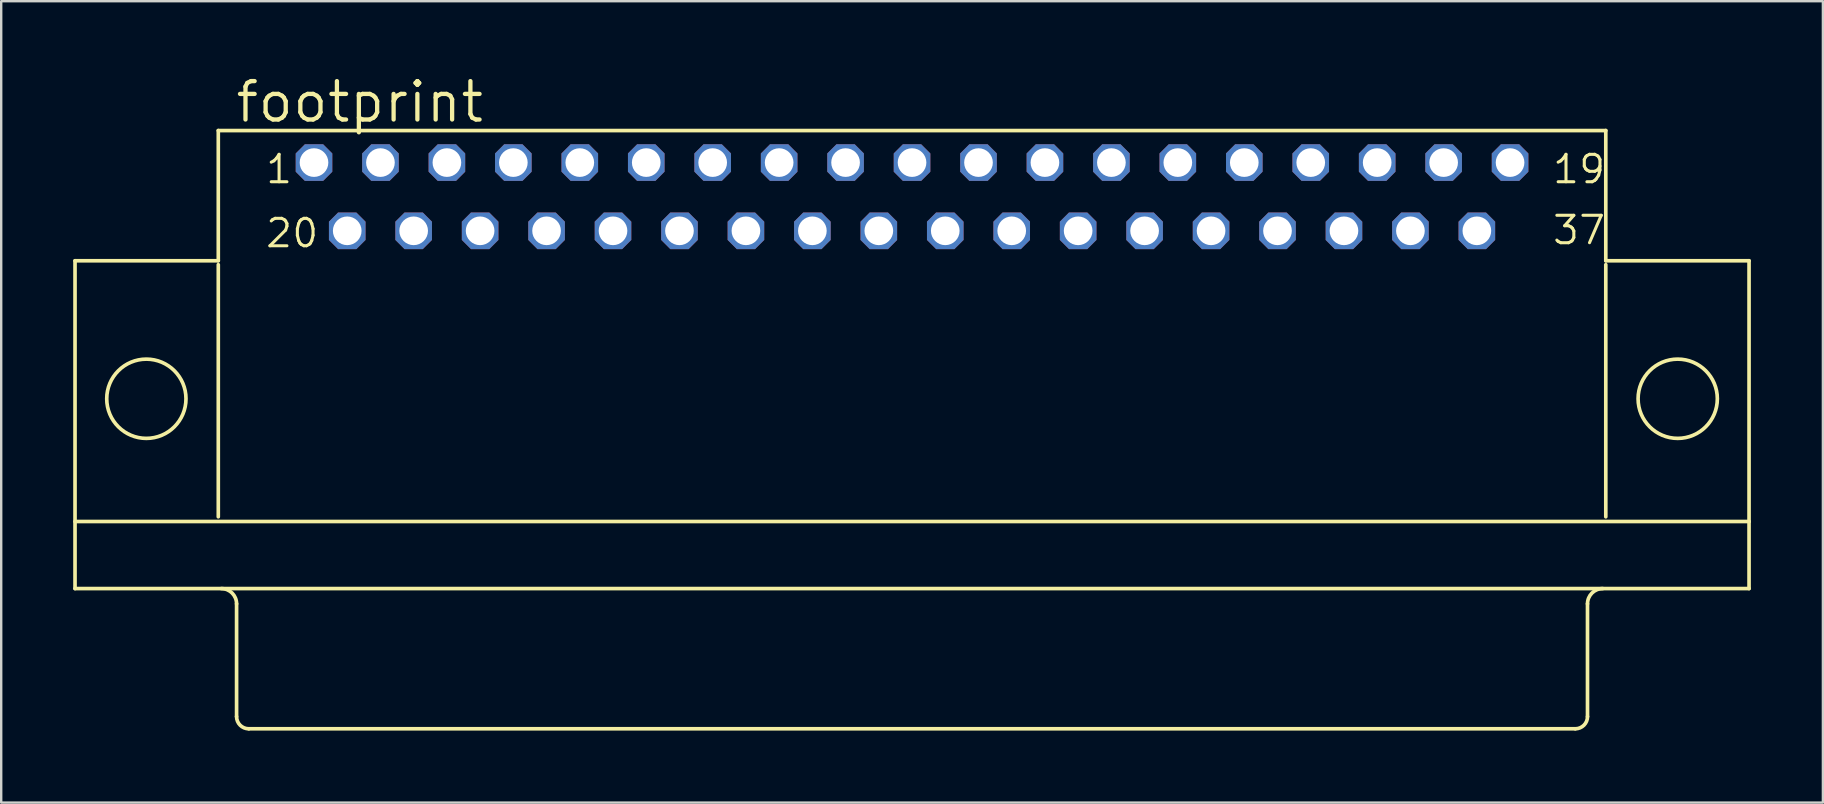
<source format=kicad_pcb>
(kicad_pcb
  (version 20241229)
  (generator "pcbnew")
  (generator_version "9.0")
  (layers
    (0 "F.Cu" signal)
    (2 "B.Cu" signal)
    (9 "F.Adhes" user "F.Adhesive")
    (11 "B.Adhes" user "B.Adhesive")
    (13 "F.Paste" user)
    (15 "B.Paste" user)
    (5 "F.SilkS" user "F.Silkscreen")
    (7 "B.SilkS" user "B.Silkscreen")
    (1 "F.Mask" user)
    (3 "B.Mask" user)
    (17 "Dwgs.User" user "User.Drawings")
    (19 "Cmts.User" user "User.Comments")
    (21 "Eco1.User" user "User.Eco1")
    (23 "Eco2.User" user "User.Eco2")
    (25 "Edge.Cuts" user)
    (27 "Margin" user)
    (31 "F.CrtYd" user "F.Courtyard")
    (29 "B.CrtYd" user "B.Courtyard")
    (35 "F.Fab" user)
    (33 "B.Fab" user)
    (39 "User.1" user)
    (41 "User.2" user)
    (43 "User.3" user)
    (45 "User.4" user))
  (footprint "footprint"
    (layer "F.Cu")
    (at 34.95 13.564)
    (property "Reference" "footprint" (at -28.27 -11.43 0) (layer "F.SilkS") (effects (font (size 1.6 1.6) (thickness 0.178)) (justify left bottom)))
    (fp_line (start -34.874 -5.75) (end -34.874 7.909) (stroke (width 0.152) (type solid)) (layer "F.SilkS"))
    (fp_line (start -28.905 -11.175) (end -28.905 -5.75) (stroke (width 0.152) (type solid)) (layer "F.SilkS"))
    (fp_line (start -28.905 -5.75) (end -34.874 -5.75) (stroke (width 0.152) (type solid)) (layer "F.SilkS"))
    (fp_line (start -28.905 -5.587) (end -28.905 4.918) (stroke (width 0.152) (type solid)) (layer "F.SilkS"))
    (fp_line (start -28.143 8.544) (end -28.143 13.243) (stroke (width 0.152) (type solid)) (layer "F.SilkS"))
    (fp_line (start 27.635 13.751) (end -27.635 13.751) (stroke (width 0.152) (type solid)) (layer "F.SilkS"))
    (fp_line (start 28.143 8.544) (end 28.143 13.243) (stroke (width 0.152) (type solid)) (layer "F.SilkS"))
    (fp_line (start 28.905 -11.175) (end -28.905 -11.175) (stroke (width 0.152) (type solid)) (layer "F.SilkS"))
    (fp_line (start 28.905 -5.75) (end 28.905 -11.175) (stroke (width 0.152) (type solid)) (layer "F.SilkS"))
    (fp_line (start 28.905 4.918) (end 28.905 -5.587) (stroke (width 0.152) (type solid)) (layer "F.SilkS"))
    (fp_line (start 34.874 -5.75) (end 28.905 -5.75) (stroke (width 0.152) (type solid)) (layer "F.SilkS"))
    (fp_line (start 34.874 -5.75) (end 34.874 5.115) (stroke (width 0.152) (type solid)) (layer "F.SilkS"))
    (fp_line (start 34.874 5.115) (end -34.874 5.115) (stroke (width 0.152) (type solid)) (layer "F.SilkS"))
    (fp_line (start 34.874 5.115) (end 34.874 7.909) (stroke (width 0.152) (type solid)) (layer "F.SilkS"))
    (fp_line (start 34.874 7.909) (end -34.874 7.909) (stroke (width 0.152) (type solid)) (layer "F.SilkS"))
    (fp_arc (start -28.7782 7.909) (mid -28.329187 8.094987) (end -28.1432 8.544) (stroke (width 0.1524) (type solid)) (layer "F.SilkS"))
    (fp_arc (start -27.6352 13.751) (mid -27.99441 13.60221) (end -28.1432 13.243) (stroke (width 0.1524) (type solid)) (layer "F.SilkS"))
    (fp_arc (start 28.1432 8.544) (mid 28.329187 8.094987) (end 28.7782 7.909) (stroke (width 0.1524) (type solid)) (layer "F.SilkS"))
    (fp_arc (start 28.1432 13.243) (mid 27.99441 13.60221) (end 27.6352 13.751) (stroke (width 0.1524) (type solid)) (layer "F.SilkS"))
    (fp_circle (center -31.902 0) (end -30.251 0) (stroke (width 0.152) (type solid)) (fill no) (layer "F.SilkS"))
    (fp_circle (center 31.902 0) (end 33.553 0) (stroke (width 0.152) (type solid)) (fill no) (layer "F.SilkS"))
    (fp_text user "20" (at -27 -6.228 0) (layer "F.SilkS") (effects (font (size 1.143 1.143) (thickness 0.127)) (justify left bottom)))
    (fp_text user "19" (at 26.619 -8.895 0) (layer "F.SilkS") (effects (font (size 1.143 1.143) (thickness 0.127)) (justify left bottom)))
    (fp_text user "1" (at -27 -8.895 0) (layer "F.SilkS") (effects (font (size 1.143 1.143) (thickness 0.127)) (justify left bottom)))
    (fp_text user "37" (at 26.619 -6.355 0) (layer "F.SilkS") (effects (font (size 1.143 1.143) (thickness 0.127)) (justify left bottom)))
    (pad "1" thru_hole roundrect (at -24.917 -9.84) (size 1.524 1.524) (drill 1.194) (layers "*.Cu" "*.Mask") (roundrect_rratio 0.25) (chamfer_ratio 0.25) (chamfer top_left top_right bottom_left bottom_right))
    (pad "2" thru_hole roundrect (at -22.149 -9.84) (size 1.524 1.524) (drill 1.194) (layers "*.Cu" "*.Mask") (roundrect_rratio 0.25) (chamfer_ratio 0.25) (chamfer top_left top_right bottom_left bottom_right))
    (pad "3" thru_hole roundrect (at -19.38 -9.84) (size 1.524 1.524) (drill 1.194) (layers "*.Cu" "*.Mask") (roundrect_rratio 0.25) (chamfer_ratio 0.25) (chamfer top_left top_right bottom_left bottom_right))
    (pad "4" thru_hole roundrect (at -16.612 -9.84) (size 1.524 1.524) (drill 1.194) (layers "*.Cu" "*.Mask") (roundrect_rratio 0.25) (chamfer_ratio 0.25) (chamfer top_left top_right bottom_left bottom_right))
    (pad "5" thru_hole roundrect (at -13.843 -9.84) (size 1.524 1.524) (drill 1.194) (layers "*.Cu" "*.Mask") (roundrect_rratio 0.25) (chamfer_ratio 0.25) (chamfer top_left top_right bottom_left bottom_right))
    (pad "6" thru_hole roundrect (at -11.074 -9.84) (size 1.524 1.524) (drill 1.194) (layers "*.Cu" "*.Mask") (roundrect_rratio 0.25) (chamfer_ratio 0.25) (chamfer top_left top_right bottom_left bottom_right))
    (pad "7" thru_hole roundrect (at -8.306 -9.84) (size 1.524 1.524) (drill 1.194) (layers "*.Cu" "*.Mask") (roundrect_rratio 0.25) (chamfer_ratio 0.25) (chamfer top_left top_right bottom_left bottom_right))
    (pad "8" thru_hole roundrect (at -5.537 -9.84) (size 1.524 1.524) (drill 1.194) (layers "*.Cu" "*.Mask") (roundrect_rratio 0.25) (chamfer_ratio 0.25) (chamfer top_left top_right bottom_left bottom_right))
    (pad "9" thru_hole roundrect (at -2.769 -9.84) (size 1.524 1.524) (drill 1.194) (layers "*.Cu" "*.Mask") (roundrect_rratio 0.25) (chamfer_ratio 0.25) (chamfer top_left top_right bottom_left bottom_right))
    (pad "10" thru_hole roundrect (at 0 -9.84) (size 1.524 1.524) (drill 1.194) (layers "*.Cu" "*.Mask") (roundrect_rratio 0.25) (chamfer_ratio 0.25) (chamfer top_left top_right bottom_left bottom_right))
    (pad "11" thru_hole roundrect (at 2.769 -9.84) (size 1.524 1.524) (drill 1.194) (layers "*.Cu" "*.Mask") (roundrect_rratio 0.25) (chamfer_ratio 0.25) (chamfer top_left top_right bottom_left bottom_right))
    (pad "12" thru_hole roundrect (at 5.537 -9.84) (size 1.524 1.524) (drill 1.194) (layers "*.Cu" "*.Mask") (roundrect_rratio 0.25) (chamfer_ratio 0.25) (chamfer top_left top_right bottom_left bottom_right))
    (pad "13" thru_hole roundrect (at 8.306 -9.84) (size 1.524 1.524) (drill 1.194) (layers "*.Cu" "*.Mask") (roundrect_rratio 0.25) (chamfer_ratio 0.25) (chamfer top_left top_right bottom_left bottom_right))
    (pad "14" thru_hole roundrect (at 11.074 -9.84) (size 1.524 1.524) (drill 1.194) (layers "*.Cu" "*.Mask") (roundrect_rratio 0.25) (chamfer_ratio 0.25) (chamfer top_left top_right bottom_left bottom_right))
    (pad "15" thru_hole roundrect (at 13.843 -9.84) (size 1.524 1.524) (drill 1.194) (layers "*.Cu" "*.Mask") (roundrect_rratio 0.25) (chamfer_ratio 0.25) (chamfer top_left top_right bottom_left bottom_right))
    (pad "16" thru_hole roundrect (at 16.612 -9.84) (size 1.524 1.524) (drill 1.194) (layers "*.Cu" "*.Mask") (roundrect_rratio 0.25) (chamfer_ratio 0.25) (chamfer top_left top_right bottom_left bottom_right))
    (pad "17" thru_hole roundrect (at 19.38 -9.84) (size 1.524 1.524) (drill 1.194) (layers "*.Cu" "*.Mask") (roundrect_rratio 0.25) (chamfer_ratio 0.25) (chamfer top_left top_right bottom_left bottom_right))
    (pad "18" thru_hole roundrect (at 22.149 -9.84) (size 1.524 1.524) (drill 1.194) (layers "*.Cu" "*.Mask") (roundrect_rratio 0.25) (chamfer_ratio 0.25) (chamfer top_left top_right bottom_left bottom_right))
    (pad "19" thru_hole roundrect (at 24.917 -9.84) (size 1.524 1.524) (drill 1.194) (layers "*.Cu" "*.Mask") (roundrect_rratio 0.25) (chamfer_ratio 0.25) (chamfer top_left top_right bottom_left bottom_right))
    (pad "20" thru_hole roundrect (at -23.533 -6.997) (size 1.524 1.524) (drill 1.194) (layers "*.Cu" "*.Mask") (roundrect_rratio 0.25) (chamfer_ratio 0.25) (chamfer top_left top_right bottom_left bottom_right))
    (pad "21" thru_hole roundrect (at -20.765 -6.997) (size 1.524 1.524) (drill 1.194) (layers "*.Cu" "*.Mask") (roundrect_rratio 0.25) (chamfer_ratio 0.25) (chamfer top_left top_right bottom_left bottom_right))
    (pad "22" thru_hole roundrect (at -17.996 -6.997) (size 1.524 1.524) (drill 1.194) (layers "*.Cu" "*.Mask") (roundrect_rratio 0.25) (chamfer_ratio 0.25) (chamfer top_left top_right bottom_left bottom_right))
    (pad "23" thru_hole roundrect (at -15.227 -6.997) (size 1.524 1.524) (drill 1.194) (layers "*.Cu" "*.Mask") (roundrect_rratio 0.25) (chamfer_ratio 0.25) (chamfer top_left top_right bottom_left bottom_right))
    (pad "24" thru_hole roundrect (at -12.459 -6.997) (size 1.524 1.524) (drill 1.194) (layers "*.Cu" "*.Mask") (roundrect_rratio 0.25) (chamfer_ratio 0.25) (chamfer top_left top_right bottom_left bottom_right))
    (pad "25" thru_hole roundrect (at -9.69 -6.997) (size 1.524 1.524) (drill 1.194) (layers "*.Cu" "*.Mask") (roundrect_rratio 0.25) (chamfer_ratio 0.25) (chamfer top_left top_right bottom_left bottom_right))
    (pad "26" thru_hole roundrect (at -6.921 -6.997) (size 1.524 1.524) (drill 1.194) (layers "*.Cu" "*.Mask") (roundrect_rratio 0.25) (chamfer_ratio 0.25) (chamfer top_left top_right bottom_left bottom_right))
    (pad "27" thru_hole roundrect (at -4.153 -6.997) (size 1.524 1.524) (drill 1.194) (layers "*.Cu" "*.Mask") (roundrect_rratio 0.25) (chamfer_ratio 0.25) (chamfer top_left top_right bottom_left bottom_right))
    (pad "28" thru_hole roundrect (at -1.384 -6.997) (size 1.524 1.524) (drill 1.194) (layers "*.Cu" "*.Mask") (roundrect_rratio 0.25) (chamfer_ratio 0.25) (chamfer top_left top_right bottom_left bottom_right))
    (pad "29" thru_hole roundrect (at 1.384 -6.997) (size 1.524 1.524) (drill 1.194) (layers "*.Cu" "*.Mask") (roundrect_rratio 0.25) (chamfer_ratio 0.25) (chamfer top_left top_right bottom_left bottom_right))
    (pad "30" thru_hole roundrect (at 4.153 -6.997) (size 1.524 1.524) (drill 1.194) (layers "*.Cu" "*.Mask") (roundrect_rratio 0.25) (chamfer_ratio 0.25) (chamfer top_left top_right bottom_left bottom_right))
    (pad "31" thru_hole roundrect (at 6.921 -6.997) (size 1.524 1.524) (drill 1.194) (layers "*.Cu" "*.Mask") (roundrect_rratio 0.25) (chamfer_ratio 0.25) (chamfer top_left top_right bottom_left bottom_right))
    (pad "32" thru_hole roundrect (at 9.69 -6.997) (size 1.524 1.524) (drill 1.194) (layers "*.Cu" "*.Mask") (roundrect_rratio 0.25) (chamfer_ratio 0.25) (chamfer top_left top_right bottom_left bottom_right))
    (pad "33" thru_hole roundrect (at 12.459 -6.997) (size 1.524 1.524) (drill 1.194) (layers "*.Cu" "*.Mask") (roundrect_rratio 0.25) (chamfer_ratio 0.25) (chamfer top_left top_right bottom_left bottom_right))
    (pad "34" thru_hole roundrect (at 15.227 -6.997) (size 1.524 1.524) (drill 1.194) (layers "*.Cu" "*.Mask") (roundrect_rratio 0.25) (chamfer_ratio 0.25) (chamfer top_left top_right bottom_left bottom_right))
    (pad "35" thru_hole roundrect (at 17.996 -6.997) (size 1.524 1.524) (drill 1.194) (layers "*.Cu" "*.Mask") (roundrect_rratio 0.25) (chamfer_ratio 0.25) (chamfer top_left top_right bottom_left bottom_right))
    (pad "36" thru_hole roundrect (at 20.765 -6.997) (size 1.524 1.524) (drill 1.194) (layers "*.Cu" "*.Mask") (roundrect_rratio 0.25) (chamfer_ratio 0.25) (chamfer top_left top_right bottom_left bottom_right))
    (pad "37" thru_hole roundrect (at 23.533 -6.997) (size 1.524 1.524) (drill 1.194) (layers "*.Cu" "*.Mask") (roundrect_rratio 0.25) (chamfer_ratio 0.25) (chamfer top_left top_right bottom_left bottom_right)))
  (gr_rect
    (start -3 -3)
    (end 72.901 30.391)
    (stroke (width 0.1) (type default))
    (fill no)
    (layer "Edge.Cuts")))
</source>
